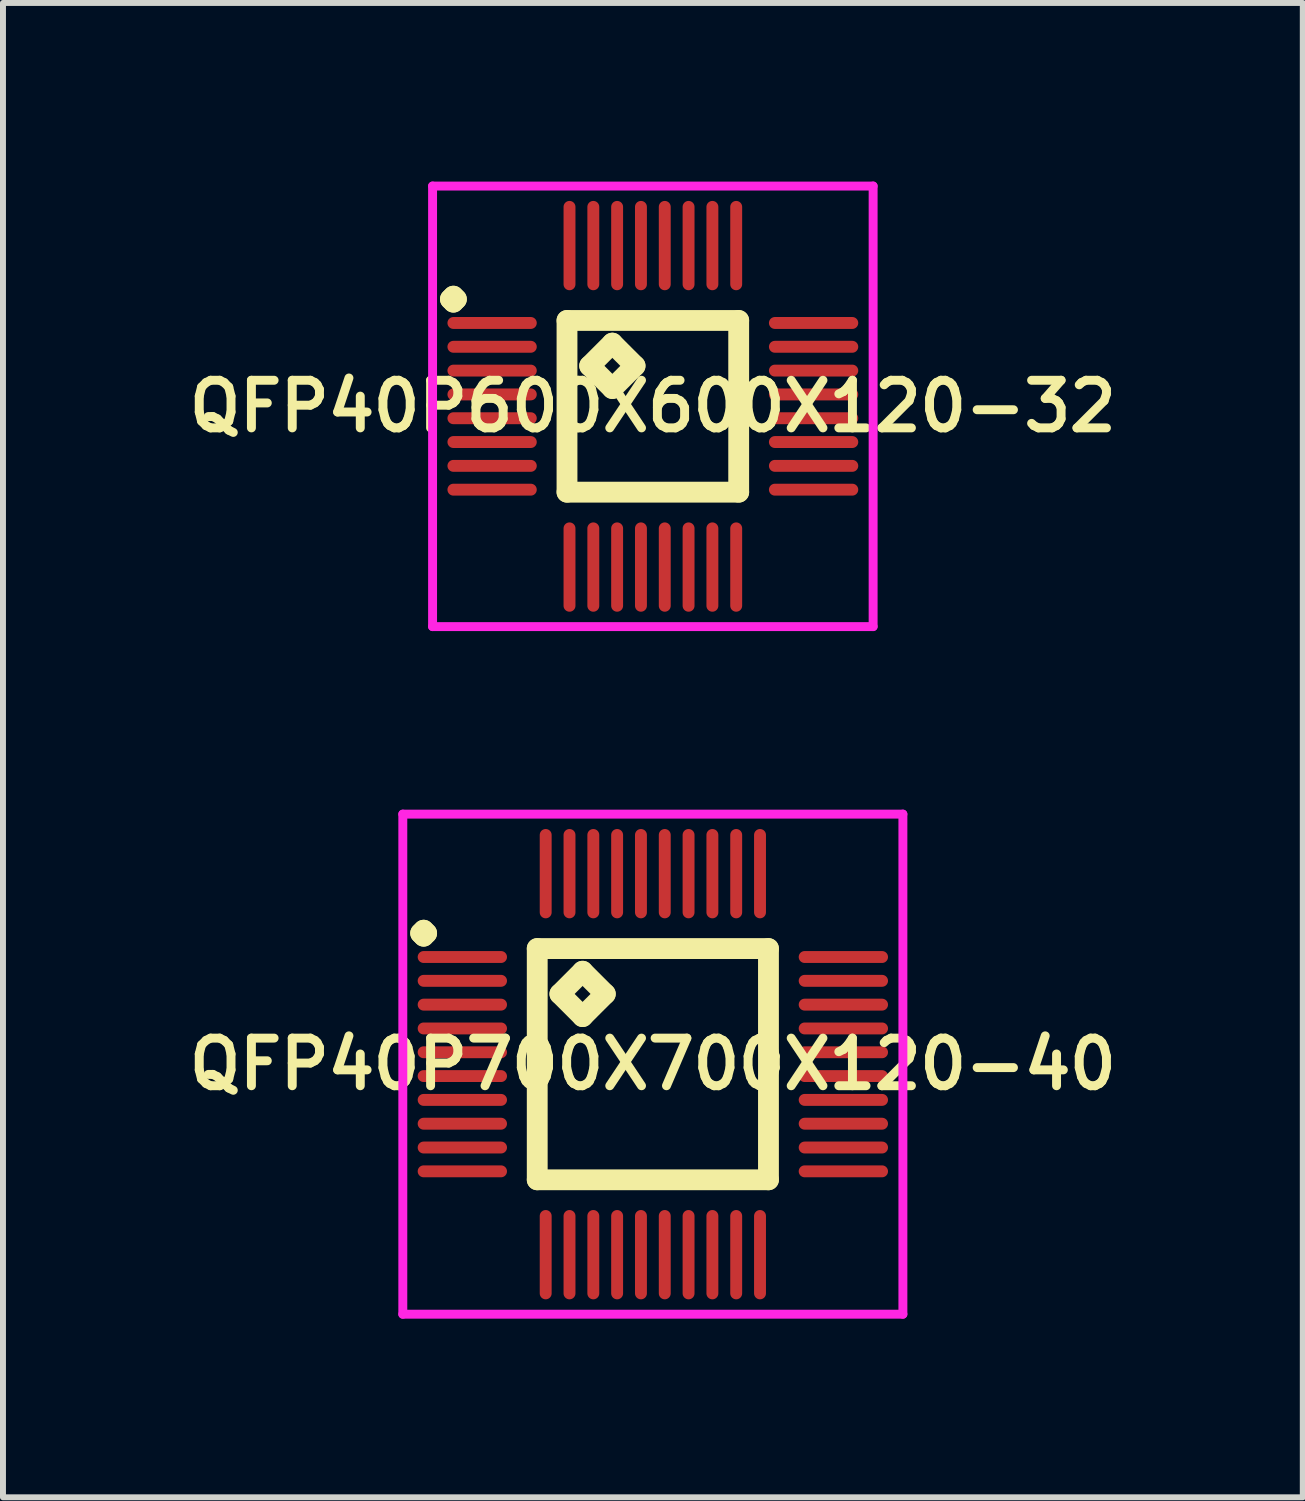
<source format=kicad_pcb>
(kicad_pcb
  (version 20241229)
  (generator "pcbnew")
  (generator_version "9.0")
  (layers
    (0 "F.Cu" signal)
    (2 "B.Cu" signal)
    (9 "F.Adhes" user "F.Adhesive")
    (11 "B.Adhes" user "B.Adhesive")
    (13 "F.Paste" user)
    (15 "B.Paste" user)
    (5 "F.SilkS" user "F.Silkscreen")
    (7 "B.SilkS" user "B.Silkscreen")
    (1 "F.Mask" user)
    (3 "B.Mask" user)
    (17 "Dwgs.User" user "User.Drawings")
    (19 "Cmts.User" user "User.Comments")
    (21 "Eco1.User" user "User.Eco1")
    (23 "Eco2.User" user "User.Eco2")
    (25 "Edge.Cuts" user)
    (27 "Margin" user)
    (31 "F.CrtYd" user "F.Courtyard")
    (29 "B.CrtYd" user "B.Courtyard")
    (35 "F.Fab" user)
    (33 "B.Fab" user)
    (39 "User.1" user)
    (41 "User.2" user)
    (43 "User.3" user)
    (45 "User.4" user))
  (footprint "QFP40P600X600X120-32"
    (layer "F.Cu")
    (at 7.916 3.775)
    (property "Reference" "QFP40P600X600X120-32" (at 0 0 0) (layer "F.SilkS") (effects (font (size 0.8 0.8) (thickness 0.15))))
    (attr smd)
    (fp_line (start -3.4 -1.8) (end -3.35 -1.85) (stroke (width 0.35) (type solid)) (layer "F.SilkS"))
    (fp_line (start -3.35 -1.85) (end -3.3 -1.8) (stroke (width 0.35) (type solid)) (layer "F.SilkS"))
    (fp_line (start -3.35 -1.75) (end -3.4 -1.8) (stroke (width 0.35) (type solid)) (layer "F.SilkS"))
    (fp_line (start -3.3 -1.8) (end -3.35 -1.75) (stroke (width 0.35) (type solid)) (layer "F.SilkS"))
    (fp_line (start -1.442 -1.442) (end -1.442 1.442) (stroke (width 0.35) (type solid)) (layer "F.SilkS"))
    (fp_line (start -1.442 1.442) (end 1.442 1.442) (stroke (width 0.35) (type solid)) (layer "F.SilkS"))
    (fp_line (start -1.061 -0.68) (end -0.68 -1.061) (stroke (width 0.35) (type solid)) (layer "F.SilkS"))
    (fp_line (start -0.68 -1.061) (end -0.299 -0.68) (stroke (width 0.35) (type solid)) (layer "F.SilkS"))
    (fp_line (start -0.68 -0.299) (end -1.061 -0.68) (stroke (width 0.35) (type solid)) (layer "F.SilkS"))
    (fp_line (start -0.299 -0.68) (end -0.68 -0.299) (stroke (width 0.35) (type solid)) (layer "F.SilkS"))
    (fp_line (start 1.442 -1.442) (end -1.442 -1.442) (stroke (width 0.35) (type solid)) (layer "F.SilkS"))
    (fp_line (start 1.442 1.442) (end 1.442 -1.442) (stroke (width 0.35) (type solid)) (layer "F.SilkS"))
    (fp_line (start -3.7 -3.7) (end 3.7 -3.7) (stroke (width 0.15) (type solid)) (layer "F.CrtYd"))
    (fp_line (start -3.7 3.7) (end -3.7 -3.7) (stroke (width 0.15) (type solid)) (layer "F.CrtYd"))
    (fp_line (start 3.7 -3.7) (end 3.7 3.7) (stroke (width 0.15) (type solid)) (layer "F.CrtYd"))
    (fp_line (start 3.7 3.7) (end -3.7 3.7) (stroke (width 0.15) (type solid)) (layer "F.CrtYd"))
    (pad "1" smd oval (at -2.7 -1.4) (size 1.5 0.2) (layers "F.Cu" "F.Mask" "F.Paste"))
    (pad "2" smd oval (at -2.7 -1) (size 1.5 0.2) (layers "F.Cu" "F.Mask" "F.Paste"))
    (pad "3" smd oval (at -2.7 -0.6) (size 1.5 0.2) (layers "F.Cu" "F.Mask" "F.Paste"))
    (pad "4" smd oval (at -2.7 -0.2) (size 1.5 0.2) (layers "F.Cu" "F.Mask" "F.Paste"))
    (pad "5" smd oval (at -2.7 0.2) (size 1.5 0.2) (layers "F.Cu" "F.Mask" "F.Paste"))
    (pad "6" smd oval (at -2.7 0.6) (size 1.5 0.2) (layers "F.Cu" "F.Mask" "F.Paste"))
    (pad "7" smd oval (at -2.7 1) (size 1.5 0.2) (layers "F.Cu" "F.Mask" "F.Paste"))
    (pad "8" smd oval (at -2.7 1.4) (size 1.5 0.2) (layers "F.Cu" "F.Mask" "F.Paste"))
    (pad "9" smd oval (at -1.4 2.7) (size 0.2 1.5) (layers "F.Cu" "F.Mask" "F.Paste"))
    (pad "10" smd oval (at -1 2.7) (size 0.2 1.5) (layers "F.Cu" "F.Mask" "F.Paste"))
    (pad "11" smd oval (at -0.6 2.7) (size 0.2 1.5) (layers "F.Cu" "F.Mask" "F.Paste"))
    (pad "12" smd oval (at -0.2 2.7) (size 0.2 1.5) (layers "F.Cu" "F.Mask" "F.Paste"))
    (pad "13" smd oval (at 0.2 2.7) (size 0.2 1.5) (layers "F.Cu" "F.Mask" "F.Paste"))
    (pad "14" smd oval (at 0.6 2.7) (size 0.2 1.5) (layers "F.Cu" "F.Mask" "F.Paste"))
    (pad "15" smd oval (at 1 2.7) (size 0.2 1.5) (layers "F.Cu" "F.Mask" "F.Paste"))
    (pad "16" smd oval (at 1.4 2.7) (size 0.2 1.5) (layers "F.Cu" "F.Mask" "F.Paste"))
    (pad "17" smd oval (at 2.7 1.4) (size 1.5 0.2) (layers "F.Cu" "F.Mask" "F.Paste"))
    (pad "18" smd oval (at 2.7 1) (size 1.5 0.2) (layers "F.Cu" "F.Mask" "F.Paste"))
    (pad "19" smd oval (at 2.7 0.6) (size 1.5 0.2) (layers "F.Cu" "F.Mask" "F.Paste"))
    (pad "20" smd oval (at 2.7 0.2) (size 1.5 0.2) (layers "F.Cu" "F.Mask" "F.Paste"))
    (pad "21" smd oval (at 2.7 -0.2) (size 1.5 0.2) (layers "F.Cu" "F.Mask" "F.Paste"))
    (pad "22" smd oval (at 2.7 -0.6) (size 1.5 0.2) (layers "F.Cu" "F.Mask" "F.Paste"))
    (pad "23" smd oval (at 2.7 -1) (size 1.5 0.2) (layers "F.Cu" "F.Mask" "F.Paste"))
    (pad "24" smd oval (at 2.7 -1.4) (size 1.5 0.2) (layers "F.Cu" "F.Mask" "F.Paste"))
    (pad "25" smd oval (at 1.4 -2.7) (size 0.2 1.5) (layers "F.Cu" "F.Mask" "F.Paste"))
    (pad "26" smd oval (at 1 -2.7) (size 0.2 1.5) (layers "F.Cu" "F.Mask" "F.Paste"))
    (pad "27" smd oval (at 0.6 -2.7) (size 0.2 1.5) (layers "F.Cu" "F.Mask" "F.Paste"))
    (pad "28" smd oval (at 0.2 -2.7) (size 0.2 1.5) (layers "F.Cu" "F.Mask" "F.Paste"))
    (pad "29" smd oval (at -0.2 -2.7) (size 0.2 1.5) (layers "F.Cu" "F.Mask" "F.Paste"))
    (pad "30" smd oval (at -0.6 -2.7) (size 0.2 1.5) (layers "F.Cu" "F.Mask" "F.Paste"))
    (pad "31" smd oval (at -1 -2.7) (size 0.2 1.5) (layers "F.Cu" "F.Mask" "F.Paste"))
    (pad "32" smd oval (at -1.4 -2.7) (size 0.2 1.5) (layers "F.Cu" "F.Mask" "F.Paste")))
  (footprint "QFP40P700X700X120-40"
    (layer "F.Cu")
    (at 7.916 14.825)
    (property "Reference" "QFP40P700X700X120-40" (at 0 0 0) (layer "F.SilkS") (effects (font (size 0.8 0.8) (thickness 0.15))))
    (attr smd)
    (fp_line (start -3.9 -2.2) (end -3.85 -2.25) (stroke (width 0.35) (type solid)) (layer "F.SilkS"))
    (fp_line (start -3.85 -2.25) (end -3.8 -2.2) (stroke (width 0.35) (type solid)) (layer "F.SilkS"))
    (fp_line (start -3.85 -2.15) (end -3.9 -2.2) (stroke (width 0.35) (type solid)) (layer "F.SilkS"))
    (fp_line (start -3.8 -2.2) (end -3.85 -2.15) (stroke (width 0.35) (type solid)) (layer "F.SilkS"))
    (fp_line (start -1.942 -1.942) (end -1.942 1.942) (stroke (width 0.35) (type solid)) (layer "F.SilkS"))
    (fp_line (start -1.942 1.942) (end 1.942 1.942) (stroke (width 0.35) (type solid)) (layer "F.SilkS"))
    (fp_line (start -1.561 -1.18) (end -1.18 -1.561) (stroke (width 0.35) (type solid)) (layer "F.SilkS"))
    (fp_line (start -1.18 -1.561) (end -0.799 -1.18) (stroke (width 0.35) (type solid)) (layer "F.SilkS"))
    (fp_line (start -1.18 -0.799) (end -1.561 -1.18) (stroke (width 0.35) (type solid)) (layer "F.SilkS"))
    (fp_line (start -0.799 -1.18) (end -1.18 -0.799) (stroke (width 0.35) (type solid)) (layer "F.SilkS"))
    (fp_line (start 1.942 -1.942) (end -1.942 -1.942) (stroke (width 0.35) (type solid)) (layer "F.SilkS"))
    (fp_line (start 1.942 1.942) (end 1.942 -1.942) (stroke (width 0.35) (type solid)) (layer "F.SilkS"))
    (fp_line (start -4.2 -4.2) (end 4.2 -4.2) (stroke (width 0.15) (type solid)) (layer "F.CrtYd"))
    (fp_line (start -4.2 4.2) (end -4.2 -4.2) (stroke (width 0.15) (type solid)) (layer "F.CrtYd"))
    (fp_line (start 4.2 -4.2) (end 4.2 4.2) (stroke (width 0.15) (type solid)) (layer "F.CrtYd"))
    (fp_line (start 4.2 4.2) (end -4.2 4.2) (stroke (width 0.15) (type solid)) (layer "F.CrtYd"))
    (pad "1" smd oval (at -3.2 -1.8) (size 1.5 0.2) (layers "F.Cu" "F.Mask" "F.Paste"))
    (pad "2" smd oval (at -3.2 -1.4) (size 1.5 0.2) (layers "F.Cu" "F.Mask" "F.Paste"))
    (pad "3" smd oval (at -3.2 -1) (size 1.5 0.2) (layers "F.Cu" "F.Mask" "F.Paste"))
    (pad "4" smd oval (at -3.2 -0.6) (size 1.5 0.2) (layers "F.Cu" "F.Mask" "F.Paste"))
    (pad "5" smd oval (at -3.2 -0.2) (size 1.5 0.2) (layers "F.Cu" "F.Mask" "F.Paste"))
    (pad "6" smd oval (at -3.2 0.2) (size 1.5 0.2) (layers "F.Cu" "F.Mask" "F.Paste"))
    (pad "7" smd oval (at -3.2 0.6) (size 1.5 0.2) (layers "F.Cu" "F.Mask" "F.Paste"))
    (pad "8" smd oval (at -3.2 1) (size 1.5 0.2) (layers "F.Cu" "F.Mask" "F.Paste"))
    (pad "9" smd oval (at -3.2 1.4) (size 1.5 0.2) (layers "F.Cu" "F.Mask" "F.Paste"))
    (pad "10" smd oval (at -3.2 1.8) (size 1.5 0.2) (layers "F.Cu" "F.Mask" "F.Paste"))
    (pad "11" smd oval (at -1.8 3.2) (size 0.2 1.5) (layers "F.Cu" "F.Mask" "F.Paste"))
    (pad "12" smd oval (at -1.4 3.2) (size 0.2 1.5) (layers "F.Cu" "F.Mask" "F.Paste"))
    (pad "13" smd oval (at -1 3.2) (size 0.2 1.5) (layers "F.Cu" "F.Mask" "F.Paste"))
    (pad "14" smd oval (at -0.6 3.2) (size 0.2 1.5) (layers "F.Cu" "F.Mask" "F.Paste"))
    (pad "15" smd oval (at -0.2 3.2) (size 0.2 1.5) (layers "F.Cu" "F.Mask" "F.Paste"))
    (pad "16" smd oval (at 0.2 3.2) (size 0.2 1.5) (layers "F.Cu" "F.Mask" "F.Paste"))
    (pad "17" smd oval (at 0.6 3.2) (size 0.2 1.5) (layers "F.Cu" "F.Mask" "F.Paste"))
    (pad "18" smd oval (at 1 3.2) (size 0.2 1.5) (layers "F.Cu" "F.Mask" "F.Paste"))
    (pad "19" smd oval (at 1.4 3.2) (size 0.2 1.5) (layers "F.Cu" "F.Mask" "F.Paste"))
    (pad "20" smd oval (at 1.8 3.2) (size 0.2 1.5) (layers "F.Cu" "F.Mask" "F.Paste"))
    (pad "21" smd oval (at 3.2 1.8) (size 1.5 0.2) (layers "F.Cu" "F.Mask" "F.Paste"))
    (pad "22" smd oval (at 3.2 1.4) (size 1.5 0.2) (layers "F.Cu" "F.Mask" "F.Paste"))
    (pad "23" smd oval (at 3.2 1) (size 1.5 0.2) (layers "F.Cu" "F.Mask" "F.Paste"))
    (pad "24" smd oval (at 3.2 0.6) (size 1.5 0.2) (layers "F.Cu" "F.Mask" "F.Paste"))
    (pad "25" smd oval (at 3.2 0.2) (size 1.5 0.2) (layers "F.Cu" "F.Mask" "F.Paste"))
    (pad "26" smd oval (at 3.2 -0.2) (size 1.5 0.2) (layers "F.Cu" "F.Mask" "F.Paste"))
    (pad "27" smd oval (at 3.2 -0.6) (size 1.5 0.2) (layers "F.Cu" "F.Mask" "F.Paste"))
    (pad "28" smd oval (at 3.2 -1) (size 1.5 0.2) (layers "F.Cu" "F.Mask" "F.Paste"))
    (pad "29" smd oval (at 3.2 -1.4) (size 1.5 0.2) (layers "F.Cu" "F.Mask" "F.Paste"))
    (pad "30" smd oval (at 3.2 -1.8) (size 1.5 0.2) (layers "F.Cu" "F.Mask" "F.Paste"))
    (pad "31" smd oval (at 1.8 -3.2) (size 0.2 1.5) (layers "F.Cu" "F.Mask" "F.Paste"))
    (pad "32" smd oval (at 1.4 -3.2) (size 0.2 1.5) (layers "F.Cu" "F.Mask" "F.Paste"))
    (pad "33" smd oval (at 1 -3.2) (size 0.2 1.5) (layers "F.Cu" "F.Mask" "F.Paste"))
    (pad "34" smd oval (at 0.6 -3.2) (size 0.2 1.5) (layers "F.Cu" "F.Mask" "F.Paste"))
    (pad "35" smd oval (at 0.2 -3.2) (size 0.2 1.5) (layers "F.Cu" "F.Mask" "F.Paste"))
    (pad "36" smd oval (at -0.2 -3.2) (size 0.2 1.5) (layers "F.Cu" "F.Mask" "F.Paste"))
    (pad "37" smd oval (at -0.6 -3.2) (size 0.2 1.5) (layers "F.Cu" "F.Mask" "F.Paste"))
    (pad "38" smd oval (at -1 -3.2) (size 0.2 1.5) (layers "F.Cu" "F.Mask" "F.Paste"))
    (pad "39" smd oval (at -1.4 -3.2) (size 0.2 1.5) (layers "F.Cu" "F.Mask" "F.Paste"))
    (pad "40" smd oval (at -1.8 -3.2) (size 0.2 1.5) (layers "F.Cu" "F.Mask" "F.Paste")))
  (gr_rect
    (start -3 -3)
    (end 18.833 22.1)
    (stroke (width 0.1) (type default))
    (fill no)
    (layer "Edge.Cuts")))
</source>
